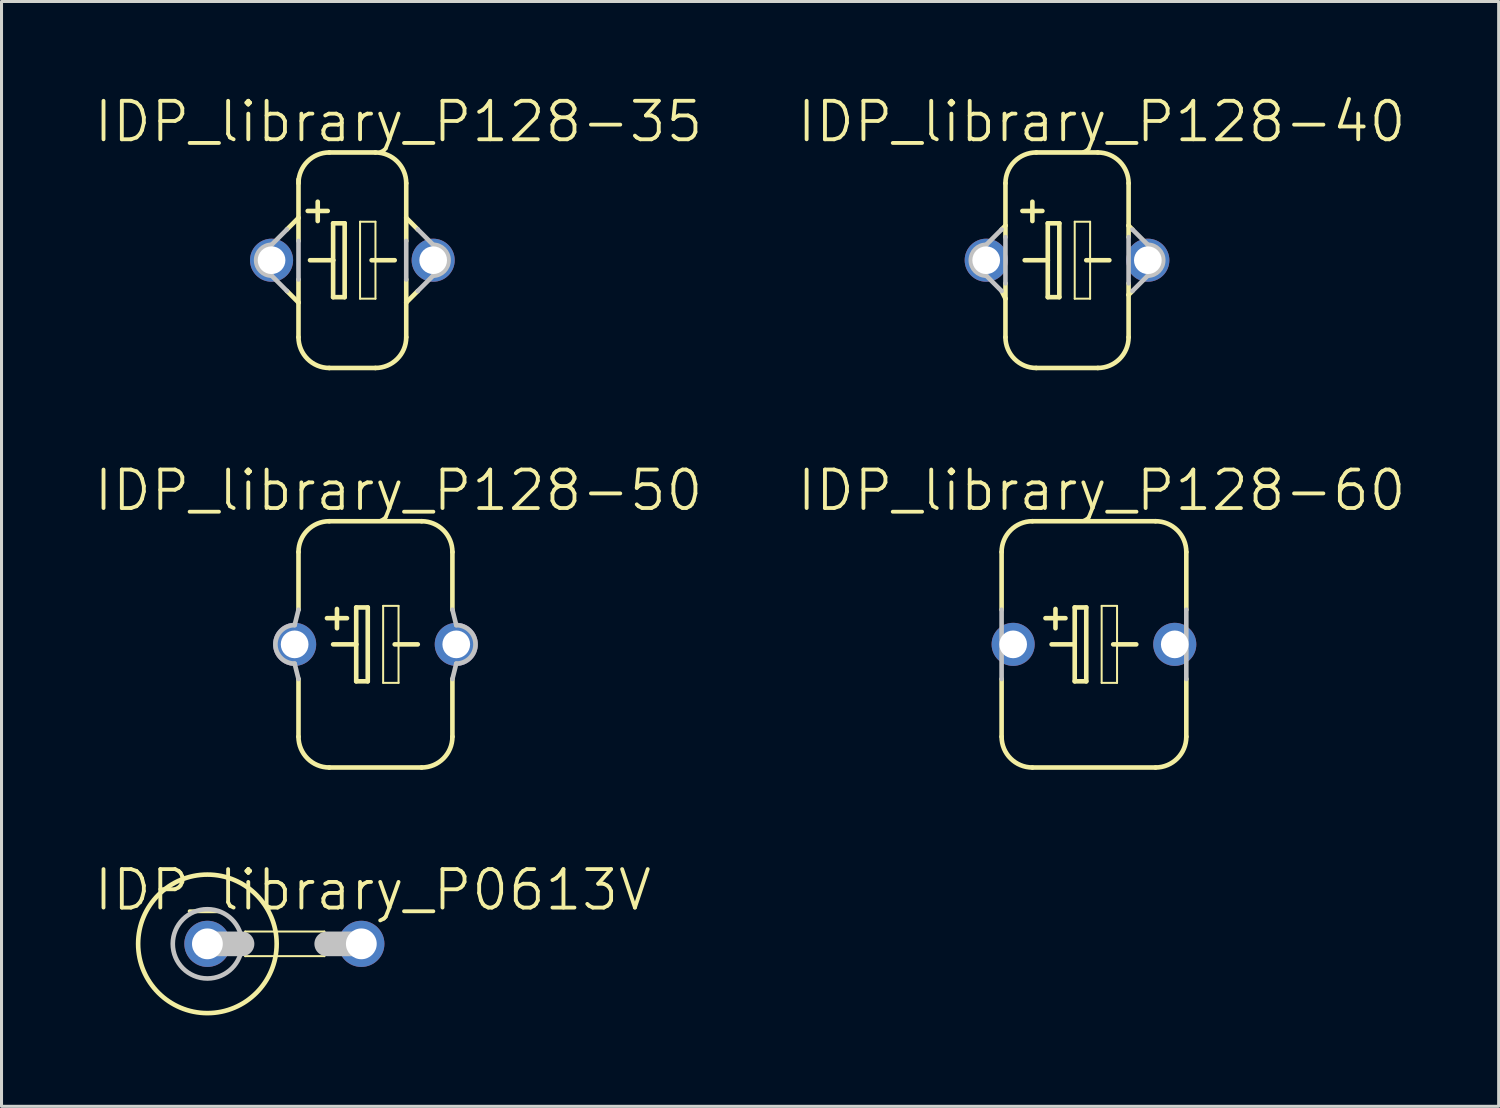
<source format=kicad_pcb>
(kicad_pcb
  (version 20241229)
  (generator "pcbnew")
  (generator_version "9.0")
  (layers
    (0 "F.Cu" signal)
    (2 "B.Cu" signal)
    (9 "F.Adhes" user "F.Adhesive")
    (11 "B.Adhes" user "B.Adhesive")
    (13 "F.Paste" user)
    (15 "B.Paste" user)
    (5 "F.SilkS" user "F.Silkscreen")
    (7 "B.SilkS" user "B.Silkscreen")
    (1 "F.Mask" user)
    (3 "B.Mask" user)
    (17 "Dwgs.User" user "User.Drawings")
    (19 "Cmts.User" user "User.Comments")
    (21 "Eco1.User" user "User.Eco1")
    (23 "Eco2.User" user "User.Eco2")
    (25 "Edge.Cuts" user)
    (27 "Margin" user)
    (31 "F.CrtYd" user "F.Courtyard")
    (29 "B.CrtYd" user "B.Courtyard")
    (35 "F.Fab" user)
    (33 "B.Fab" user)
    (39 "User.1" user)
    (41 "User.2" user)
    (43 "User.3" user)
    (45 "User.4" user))
  (footprint "IDP_library_P128-35"
    (layer "F.Cu")
    (at 8.579 5.538)
    (property "Reference" "IDP_library_P128-35" (at 1.524 -4.572 0) (layer "F.SilkS") (effects (font (size 1.27 1.27) (thickness 0.127))))
    (attr exclude_from_pos_files exclude_from_bom)
    (fp_line (start -2.159 -1.016) (end -1.778 -1.397) (stroke (width 0.152) (type solid)) (layer "F.SilkS"))
    (fp_line (start -1.778 -2.667) (end -1.778 -1.397) (stroke (width 0.152) (type solid)) (layer "F.SilkS"))
    (fp_line (start -1.778 -1.397) (end -1.778 -0.635) (stroke (width 0.152) (type solid)) (layer "F.SilkS"))
    (fp_line (start -1.778 0.635) (end -1.778 1.397) (stroke (width 0.152) (type solid)) (layer "F.SilkS"))
    (fp_line (start -1.778 1.397) (end -2.159 1.016) (stroke (width 0.152) (type solid)) (layer "F.SilkS"))
    (fp_line (start -1.778 1.397) (end -1.778 2.54) (stroke (width 0.152) (type solid)) (layer "F.SilkS"))
    (fp_line (start -1.397 0) (end -0.635 0) (stroke (width 0.152) (type solid)) (layer "F.SilkS"))
    (fp_line (start -1.143 -1.93) (end -1.143 -1.293) (stroke (width 0.152) (type solid)) (layer "F.SilkS"))
    (fp_line (start -0.813 -1.626) (end -1.473 -1.626) (stroke (width 0.152) (type solid)) (layer "F.SilkS"))
    (fp_line (start -0.762 3.556) (end 0.762 3.556) (stroke (width 0.152) (type solid)) (layer "F.SilkS"))
    (fp_line (start -0.635 -1.219) (end -0.635 0) (stroke (width 0.152) (type solid)) (layer "F.SilkS"))
    (fp_line (start -0.635 0) (end -0.635 1.219) (stroke (width 0.152) (type solid)) (layer "F.SilkS"))
    (fp_line (start -0.635 1.219) (end -0.254 1.219) (stroke (width 0.152) (type solid)) (layer "F.SilkS"))
    (fp_line (start -0.254 -1.219) (end -0.635 -1.219) (stroke (width 0.152) (type solid)) (layer "F.SilkS"))
    (fp_line (start -0.254 1.219) (end -0.254 -1.219) (stroke (width 0.152) (type solid)) (layer "F.SilkS"))
    (fp_line (start 0.254 -1.27) (end 0.762 -1.27) (stroke (width 0.066) (type solid)) (layer "F.SilkS"))
    (fp_line (start 0.254 1.27) (end 0.254 -1.27) (stroke (width 0.066) (type solid)) (layer "F.SilkS"))
    (fp_line (start 0.254 1.27) (end 0.762 1.27) (stroke (width 0.066) (type solid)) (layer "F.SilkS"))
    (fp_line (start 0.635 0) (end 1.397 0) (stroke (width 0.152) (type solid)) (layer "F.SilkS"))
    (fp_line (start 0.762 -3.556) (end -0.762 -3.556) (stroke (width 0.152) (type solid)) (layer "F.SilkS"))
    (fp_line (start 0.762 1.27) (end 0.762 -1.27) (stroke (width 0.066) (type solid)) (layer "F.SilkS"))
    (fp_line (start 1.778 -2.54) (end 1.778 -1.397) (stroke (width 0.152) (type solid)) (layer "F.SilkS"))
    (fp_line (start 1.778 -1.397) (end 1.778 -0.635) (stroke (width 0.152) (type solid)) (layer "F.SilkS"))
    (fp_line (start 1.778 0.635) (end 1.778 1.397) (stroke (width 0.152) (type solid)) (layer "F.SilkS"))
    (fp_line (start 1.778 1.397) (end 1.778 2.54) (stroke (width 0.152) (type solid)) (layer "F.SilkS"))
    (fp_line (start 1.778 1.397) (end 2.159 1.016) (stroke (width 0.152) (type solid)) (layer "F.SilkS"))
    (fp_line (start 2.159 -1.016) (end 1.778 -1.397) (stroke (width 0.152) (type solid)) (layer "F.SilkS"))
    (fp_arc (start -1.778 -2.54) (mid -1.48042 -3.25842) (end -0.762 -3.556) (stroke (width 0.1524) (type solid)) (layer "F.SilkS"))
    (fp_arc (start -0.762 3.556) (mid -1.48042 3.25842) (end -1.778 2.54) (stroke (width 0.1524) (type solid)) (layer "F.SilkS"))
    (fp_arc (start 0.762 -3.556) (mid 1.48042 -3.25842) (end 1.778 -2.54) (stroke (width 0.1524) (type solid)) (layer "F.SilkS"))
    (fp_arc (start 1.778 2.54) (mid 1.48042 3.25842) (end 0.762 3.556) (stroke (width 0.1524) (type solid)) (layer "F.SilkS"))
    (fp_line (start -2.667 -0.508) (end -2.159 -1.016) (stroke (width 0.152) (type solid)) (layer "Dwgs.User"))
    (fp_line (start -2.159 1.016) (end -2.667 0.508) (stroke (width 0.152) (type solid)) (layer "Dwgs.User"))
    (fp_line (start -1.778 -0.635) (end -1.778 0.635) (stroke (width 0.152) (type solid)) (layer "Dwgs.User"))
    (fp_line (start 1.778 -0.635) (end 1.778 0.635) (stroke (width 0.152) (type solid)) (layer "Dwgs.User"))
    (fp_line (start 2.159 1.016) (end 2.667 0.508) (stroke (width 0.152) (type solid)) (layer "Dwgs.User"))
    (fp_line (start 2.667 -0.508) (end 2.159 -1.016) (stroke (width 0.152) (type solid)) (layer "Dwgs.User"))
    (fp_arc (start -2.667 0.508) (mid -3.175 0) (end -2.667 -0.508) (stroke (width 0.1524) (type solid)) (layer "Dwgs.User"))
    (fp_arc (start 2.667 -0.508) (mid 3.175 0) (end 2.667 0.508) (stroke (width 0.1524) (type solid)) (layer "Dwgs.User"))
    (pad "+" thru_hole circle (at -2.667 0) (size 1.422 1.422) (drill 0.914) (layers "*.Cu" "*.Paste" "*.Mask"))
    (pad "-" thru_hole circle (at 2.667 0) (size 1.422 1.422) (drill 0.914) (layers "*.Cu" "*.Paste" "*.Mask")))
  (footprint "IDP_library_P128-40"
    (layer "F.Cu")
    (at 32.165 5.538)
    (property "Reference" "IDP_library_P128-40" (at 1.143 -4.572 0) (layer "F.SilkS") (effects (font (size 1.27 1.27) (thickness 0.127))))
    (attr exclude_from_pos_files exclude_from_bom)
    (fp_line (start -2.159 -1.016) (end -2.032 -1.143) (stroke (width 0.152) (type solid)) (layer "F.SilkS"))
    (fp_line (start -2.032 -2.54) (end -2.032 -1.143) (stroke (width 0.152) (type solid)) (layer "F.SilkS"))
    (fp_line (start -2.032 -1.143) (end -2.032 -0.762) (stroke (width 0.152) (type solid)) (layer "F.SilkS"))
    (fp_line (start -2.032 0.762) (end -2.032 1.27) (stroke (width 0.152) (type solid)) (layer "F.SilkS"))
    (fp_line (start -2.032 1.27) (end -2.159 1.016) (stroke (width 0.152) (type solid)) (layer "F.SilkS"))
    (fp_line (start -2.032 1.27) (end -2.032 2.54) (stroke (width 0.152) (type solid)) (layer "F.SilkS"))
    (fp_line (start -1.397 0) (end -0.635 0) (stroke (width 0.152) (type solid)) (layer "F.SilkS"))
    (fp_line (start -1.143 -1.93) (end -1.143 -1.293) (stroke (width 0.152) (type solid)) (layer "F.SilkS"))
    (fp_line (start -1.016 3.556) (end 1.016 3.556) (stroke (width 0.152) (type solid)) (layer "F.SilkS"))
    (fp_line (start -0.813 -1.626) (end -1.473 -1.626) (stroke (width 0.152) (type solid)) (layer "F.SilkS"))
    (fp_line (start -0.635 -1.219) (end -0.635 0) (stroke (width 0.152) (type solid)) (layer "F.SilkS"))
    (fp_line (start -0.635 0) (end -0.635 1.219) (stroke (width 0.152) (type solid)) (layer "F.SilkS"))
    (fp_line (start -0.635 1.219) (end -0.254 1.219) (stroke (width 0.152) (type solid)) (layer "F.SilkS"))
    (fp_line (start -0.254 -1.219) (end -0.635 -1.219) (stroke (width 0.152) (type solid)) (layer "F.SilkS"))
    (fp_line (start -0.254 1.219) (end -0.254 -1.219) (stroke (width 0.152) (type solid)) (layer "F.SilkS"))
    (fp_line (start 0.254 -1.27) (end 0.762 -1.27) (stroke (width 0.066) (type solid)) (layer "F.SilkS"))
    (fp_line (start 0.254 1.27) (end 0.254 -1.27) (stroke (width 0.066) (type solid)) (layer "F.SilkS"))
    (fp_line (start 0.254 1.27) (end 0.762 1.27) (stroke (width 0.066) (type solid)) (layer "F.SilkS"))
    (fp_line (start 0.635 0) (end 1.397 0) (stroke (width 0.152) (type solid)) (layer "F.SilkS"))
    (fp_line (start 0.762 1.27) (end 0.762 -1.27) (stroke (width 0.066) (type solid)) (layer "F.SilkS"))
    (fp_line (start 1.016 -3.556) (end -1.016 -3.556) (stroke (width 0.152) (type solid)) (layer "F.SilkS"))
    (fp_line (start 2.032 -2.54) (end 2.032 -1.143) (stroke (width 0.152) (type solid)) (layer "F.SilkS"))
    (fp_line (start 2.032 -1.143) (end 2.032 -0.762) (stroke (width 0.152) (type solid)) (layer "F.SilkS"))
    (fp_line (start 2.032 0.762) (end 2.032 1.143) (stroke (width 0.152) (type solid)) (layer "F.SilkS"))
    (fp_line (start 2.032 1.143) (end 2.032 2.54) (stroke (width 0.152) (type solid)) (layer "F.SilkS"))
    (fp_line (start 2.032 1.143) (end 2.159 1.016) (stroke (width 0.152) (type solid)) (layer "F.SilkS"))
    (fp_line (start 2.159 -1.016) (end 2.032 -1.143) (stroke (width 0.152) (type solid)) (layer "F.SilkS"))
    (fp_arc (start -2.032 -2.54) (mid -1.73442 -3.25842) (end -1.016 -3.556) (stroke (width 0.1524) (type solid)) (layer "F.SilkS"))
    (fp_arc (start -1.016 3.556) (mid -1.73442 3.25842) (end -2.032 2.54) (stroke (width 0.1524) (type solid)) (layer "F.SilkS"))
    (fp_arc (start 1.016 -3.556) (mid 1.73442 -3.25842) (end 2.032 -2.54) (stroke (width 0.1524) (type solid)) (layer "F.SilkS"))
    (fp_arc (start 2.032 2.54) (mid 1.73442 3.25842) (end 1.016 3.556) (stroke (width 0.1524) (type solid)) (layer "F.SilkS"))
    (fp_line (start -2.667 -0.508) (end -2.159 -1.016) (stroke (width 0.152) (type solid)) (layer "Dwgs.User"))
    (fp_line (start -2.159 1.016) (end -2.667 0.508) (stroke (width 0.152) (type solid)) (layer "Dwgs.User"))
    (fp_line (start -2.032 -0.762) (end -2.032 0.762) (stroke (width 0.152) (type solid)) (layer "Dwgs.User"))
    (fp_line (start 2.032 -0.762) (end 2.032 0.762) (stroke (width 0.152) (type solid)) (layer "Dwgs.User"))
    (fp_line (start 2.159 1.016) (end 2.667 0.508) (stroke (width 0.152) (type solid)) (layer "Dwgs.User"))
    (fp_line (start 2.667 -0.508) (end 2.159 -1.016) (stroke (width 0.152) (type solid)) (layer "Dwgs.User"))
    (fp_arc (start -2.667 0.508) (mid -3.175 0) (end -2.667 -0.508) (stroke (width 0.1524) (type solid)) (layer "Dwgs.User"))
    (fp_arc (start 2.667 -0.508) (mid 3.175 0) (end 2.667 0.508) (stroke (width 0.1524) (type solid)) (layer "Dwgs.User"))
    (pad "+" thru_hole circle (at -2.667 0) (size 1.422 1.422) (drill 0.914) (layers "*.Cu" "*.Paste" "*.Mask"))
    (pad "-" thru_hole circle (at 2.667 0) (size 1.422 1.422) (drill 0.914) (layers "*.Cu" "*.Paste" "*.Mask")))
  (footprint "IDP_library_P128-50"
    (layer "F.Cu")
    (at 9.341 18.216)
    (property "Reference" "IDP_library_P128-50" (at 0.762 -5.08 0) (layer "F.SilkS") (effects (font (size 1.27 1.27) (thickness 0.127))))
    (attr exclude_from_pos_files exclude_from_bom)
    (fp_line (start -2.54 -3.048) (end -2.54 -1.143) (stroke (width 0.152) (type solid)) (layer "F.SilkS"))
    (fp_line (start -2.54 1.143) (end -2.54 3.048) (stroke (width 0.152) (type solid)) (layer "F.SilkS"))
    (fp_line (start -1.524 4.064) (end 1.524 4.064) (stroke (width 0.152) (type solid)) (layer "F.SilkS"))
    (fp_line (start -1.397 0) (end -0.635 0) (stroke (width 0.152) (type solid)) (layer "F.SilkS"))
    (fp_line (start -1.27 -1.168) (end -1.27 -0.533) (stroke (width 0.152) (type solid)) (layer "F.SilkS"))
    (fp_line (start -0.94 -0.864) (end -1.6 -0.864) (stroke (width 0.152) (type solid)) (layer "F.SilkS"))
    (fp_line (start -0.635 -1.219) (end -0.635 0) (stroke (width 0.152) (type solid)) (layer "F.SilkS"))
    (fp_line (start -0.635 0) (end -0.635 1.219) (stroke (width 0.152) (type solid)) (layer "F.SilkS"))
    (fp_line (start -0.635 1.219) (end -0.254 1.219) (stroke (width 0.152) (type solid)) (layer "F.SilkS"))
    (fp_line (start -0.254 -1.219) (end -0.635 -1.219) (stroke (width 0.152) (type solid)) (layer "F.SilkS"))
    (fp_line (start -0.254 1.219) (end -0.254 -1.219) (stroke (width 0.152) (type solid)) (layer "F.SilkS"))
    (fp_line (start 0.254 -1.27) (end 0.762 -1.27) (stroke (width 0.066) (type solid)) (layer "F.SilkS"))
    (fp_line (start 0.254 1.27) (end 0.254 -1.27) (stroke (width 0.066) (type solid)) (layer "F.SilkS"))
    (fp_line (start 0.254 1.27) (end 0.762 1.27) (stroke (width 0.066) (type solid)) (layer "F.SilkS"))
    (fp_line (start 0.635 0) (end 1.397 0) (stroke (width 0.152) (type solid)) (layer "F.SilkS"))
    (fp_line (start 0.762 1.27) (end 0.762 -1.27) (stroke (width 0.066) (type solid)) (layer "F.SilkS"))
    (fp_line (start 1.524 -4.064) (end -1.524 -4.064) (stroke (width 0.152) (type solid)) (layer "F.SilkS"))
    (fp_line (start 2.54 -3.048) (end 2.54 -1.143) (stroke (width 0.152) (type solid)) (layer "F.SilkS"))
    (fp_line (start 2.54 1.143) (end 2.54 3.048) (stroke (width 0.152) (type solid)) (layer "F.SilkS"))
    (fp_arc (start -2.54 -3.048) (mid -2.24242 -3.76642) (end -1.524 -4.064) (stroke (width 0.1524) (type solid)) (layer "F.SilkS"))
    (fp_arc (start -1.524 4.064) (mid -2.24242 3.76642) (end -2.54 3.048) (stroke (width 0.1524) (type solid)) (layer "F.SilkS"))
    (fp_arc (start 1.524 -4.064) (mid 2.24242 -3.76642) (end 2.54 -3.048) (stroke (width 0.1524) (type solid)) (layer "F.SilkS"))
    (fp_arc (start 2.54 3.048) (mid 2.24242 3.76642) (end 1.524 4.064) (stroke (width 0.1524) (type solid)) (layer "F.SilkS"))
    (fp_line (start -2.667 -0.635) (end -2.54 -1.143) (stroke (width 0.152) (type solid)) (layer "Dwgs.User"))
    (fp_line (start -2.54 1.143) (end -2.667 0.635) (stroke (width 0.152) (type solid)) (layer "Dwgs.User"))
    (fp_line (start 2.54 1.143) (end 2.667 0.635) (stroke (width 0.152) (type solid)) (layer "Dwgs.User"))
    (fp_line (start 2.667 -0.635) (end 2.54 -1.143) (stroke (width 0.152) (type solid)) (layer "Dwgs.User"))
    (fp_arc (start -2.667 0.635) (mid -3.302 0) (end -2.667 -0.635) (stroke (width 0.1524) (type solid)) (layer "Dwgs.User"))
    (fp_arc (start 2.667 -0.635) (mid 3.302 0) (end 2.667 0.635) (stroke (width 0.1524) (type solid)) (layer "Dwgs.User"))
    (pad "+" thru_hole circle (at -2.667 0) (size 1.422 1.422) (drill 0.914) (layers "*.Cu" "*.Paste" "*.Mask"))
    (pad "-" thru_hole circle (at 2.667 0) (size 1.422 1.422) (drill 0.914) (layers "*.Cu" "*.Paste" "*.Mask")))
  (footprint "IDP_library_P128-60"
    (layer "F.Cu")
    (at 33.054 18.216)
    (property "Reference" "IDP_library_P128-60" (at 0.254 -5.08 0) (layer "F.SilkS") (effects (font (size 1.27 1.27) (thickness 0.127))))
    (attr exclude_from_pos_files exclude_from_bom)
    (fp_line (start -3.048 -3.048) (end -3.048 -1.143) (stroke (width 0.152) (type solid)) (layer "F.SilkS"))
    (fp_line (start -3.048 1.143) (end -3.048 3.048) (stroke (width 0.152) (type solid)) (layer "F.SilkS"))
    (fp_line (start -2.032 4.064) (end 2.032 4.064) (stroke (width 0.152) (type solid)) (layer "F.SilkS"))
    (fp_line (start -1.397 0) (end -0.635 0) (stroke (width 0.152) (type solid)) (layer "F.SilkS"))
    (fp_line (start -1.27 -1.168) (end -1.27 -0.533) (stroke (width 0.152) (type solid)) (layer "F.SilkS"))
    (fp_line (start -0.94 -0.864) (end -1.6 -0.864) (stroke (width 0.152) (type solid)) (layer "F.SilkS"))
    (fp_line (start -0.635 -1.219) (end -0.635 0) (stroke (width 0.152) (type solid)) (layer "F.SilkS"))
    (fp_line (start -0.635 0) (end -0.635 1.219) (stroke (width 0.152) (type solid)) (layer "F.SilkS"))
    (fp_line (start -0.635 1.219) (end -0.254 1.219) (stroke (width 0.152) (type solid)) (layer "F.SilkS"))
    (fp_line (start -0.254 -1.219) (end -0.635 -1.219) (stroke (width 0.152) (type solid)) (layer "F.SilkS"))
    (fp_line (start -0.254 1.219) (end -0.254 -1.219) (stroke (width 0.152) (type solid)) (layer "F.SilkS"))
    (fp_line (start 0.254 -1.27) (end 0.762 -1.27) (stroke (width 0.066) (type solid)) (layer "F.SilkS"))
    (fp_line (start 0.254 1.27) (end 0.254 -1.27) (stroke (width 0.066) (type solid)) (layer "F.SilkS"))
    (fp_line (start 0.254 1.27) (end 0.762 1.27) (stroke (width 0.066) (type solid)) (layer "F.SilkS"))
    (fp_line (start 0.635 0) (end 1.397 0) (stroke (width 0.152) (type solid)) (layer "F.SilkS"))
    (fp_line (start 0.762 1.27) (end 0.762 -1.27) (stroke (width 0.066) (type solid)) (layer "F.SilkS"))
    (fp_line (start 2.032 -4.064) (end -2.032 -4.064) (stroke (width 0.152) (type solid)) (layer "F.SilkS"))
    (fp_line (start 3.048 -3.048) (end 3.048 -1.143) (stroke (width 0.152) (type solid)) (layer "F.SilkS"))
    (fp_line (start 3.048 1.143) (end 3.048 3.048) (stroke (width 0.152) (type solid)) (layer "F.SilkS"))
    (fp_arc (start -3.048 -3.048) (mid -2.75042 -3.76642) (end -2.032 -4.064) (stroke (width 0.1524) (type solid)) (layer "F.SilkS"))
    (fp_arc (start -2.032 4.064) (mid -2.75042 3.76642) (end -3.048 3.048) (stroke (width 0.1524) (type solid)) (layer "F.SilkS"))
    (fp_arc (start 2.032 -4.064) (mid 2.75042 -3.76642) (end 3.048 -3.048) (stroke (width 0.1524) (type solid)) (layer "F.SilkS"))
    (fp_arc (start 3.048 3.048) (mid 2.75042 3.76642) (end 2.032 4.064) (stroke (width 0.1524) (type solid)) (layer "F.SilkS"))
    (fp_line (start -3.048 1.143) (end -3.048 -1.143) (stroke (width 0.152) (type solid)) (layer "Dwgs.User"))
    (fp_line (start 3.048 1.143) (end 3.048 -1.143) (stroke (width 0.152) (type solid)) (layer "Dwgs.User"))
    (pad "+" thru_hole circle (at -2.667 0) (size 1.422 1.422) (drill 0.914) (layers "*.Cu" "*.Paste" "*.Mask"))
    (pad "-" thru_hole circle (at 2.667 0) (size 1.422 1.422) (drill 0.914) (layers "*.Cu" "*.Paste" "*.Mask")))
  (footprint "IDP_library_P0613V"
    (layer "F.Cu")
    (at 6.335 28.1)
    (property "Reference" "IDP_library_P0613V" (at 2.921 -1.778 0) (layer "F.SilkS") (effects (font (size 1.27 1.27) (thickness 0.127))))
    (attr exclude_from_pos_files exclude_from_bom)
    (fp_line (start -1.293 -0.406) (end 1.321 -0.406) (stroke (width 0.066) (type solid)) (layer "F.SilkS"))
    (fp_line (start -1.293 0.406) (end -1.293 -0.406) (stroke (width 0.066) (type solid)) (layer "F.SilkS"))
    (fp_line (start -1.293 0.406) (end 1.321 0.406) (stroke (width 0.066) (type solid)) (layer "F.SilkS"))
    (fp_line (start 1.321 0.406) (end 1.321 -0.406) (stroke (width 0.066) (type solid)) (layer "F.SilkS"))
    (fp_circle (center -2.54 0) (end -2.54 -2.286) (stroke (width 0.152) (type solid)) (fill no) (layer "F.SilkS"))
    (fp_line (start -2.54 0) (end -1.397 0) (stroke (width 0.813) (type solid)) (layer "Dwgs.User"))
    (fp_line (start 2.54 0) (end 1.397 0) (stroke (width 0.813) (type solid)) (layer "Dwgs.User"))
    (fp_circle (center -2.54 0) (end -2.54 -1.143) (stroke (width 0.152) (type solid)) (fill no) (layer "Dwgs.User"))
    (pad "1" thru_hole circle (at -2.54 0) (size 1.524 1.524) (drill 1.016) (layers "*.Cu" "*.Paste" "*.Mask"))
    (pad "2" thru_hole circle (at 2.54 0) (size 1.524 1.524) (drill 1.016) (layers "*.Cu" "*.Paste" "*.Mask")))
  (gr_rect
    (start -3 -3)
    (end 46.41 33.462)
    (stroke (width 0.1) (type default))
    (fill no)
    (layer "Edge.Cuts")))
</source>
